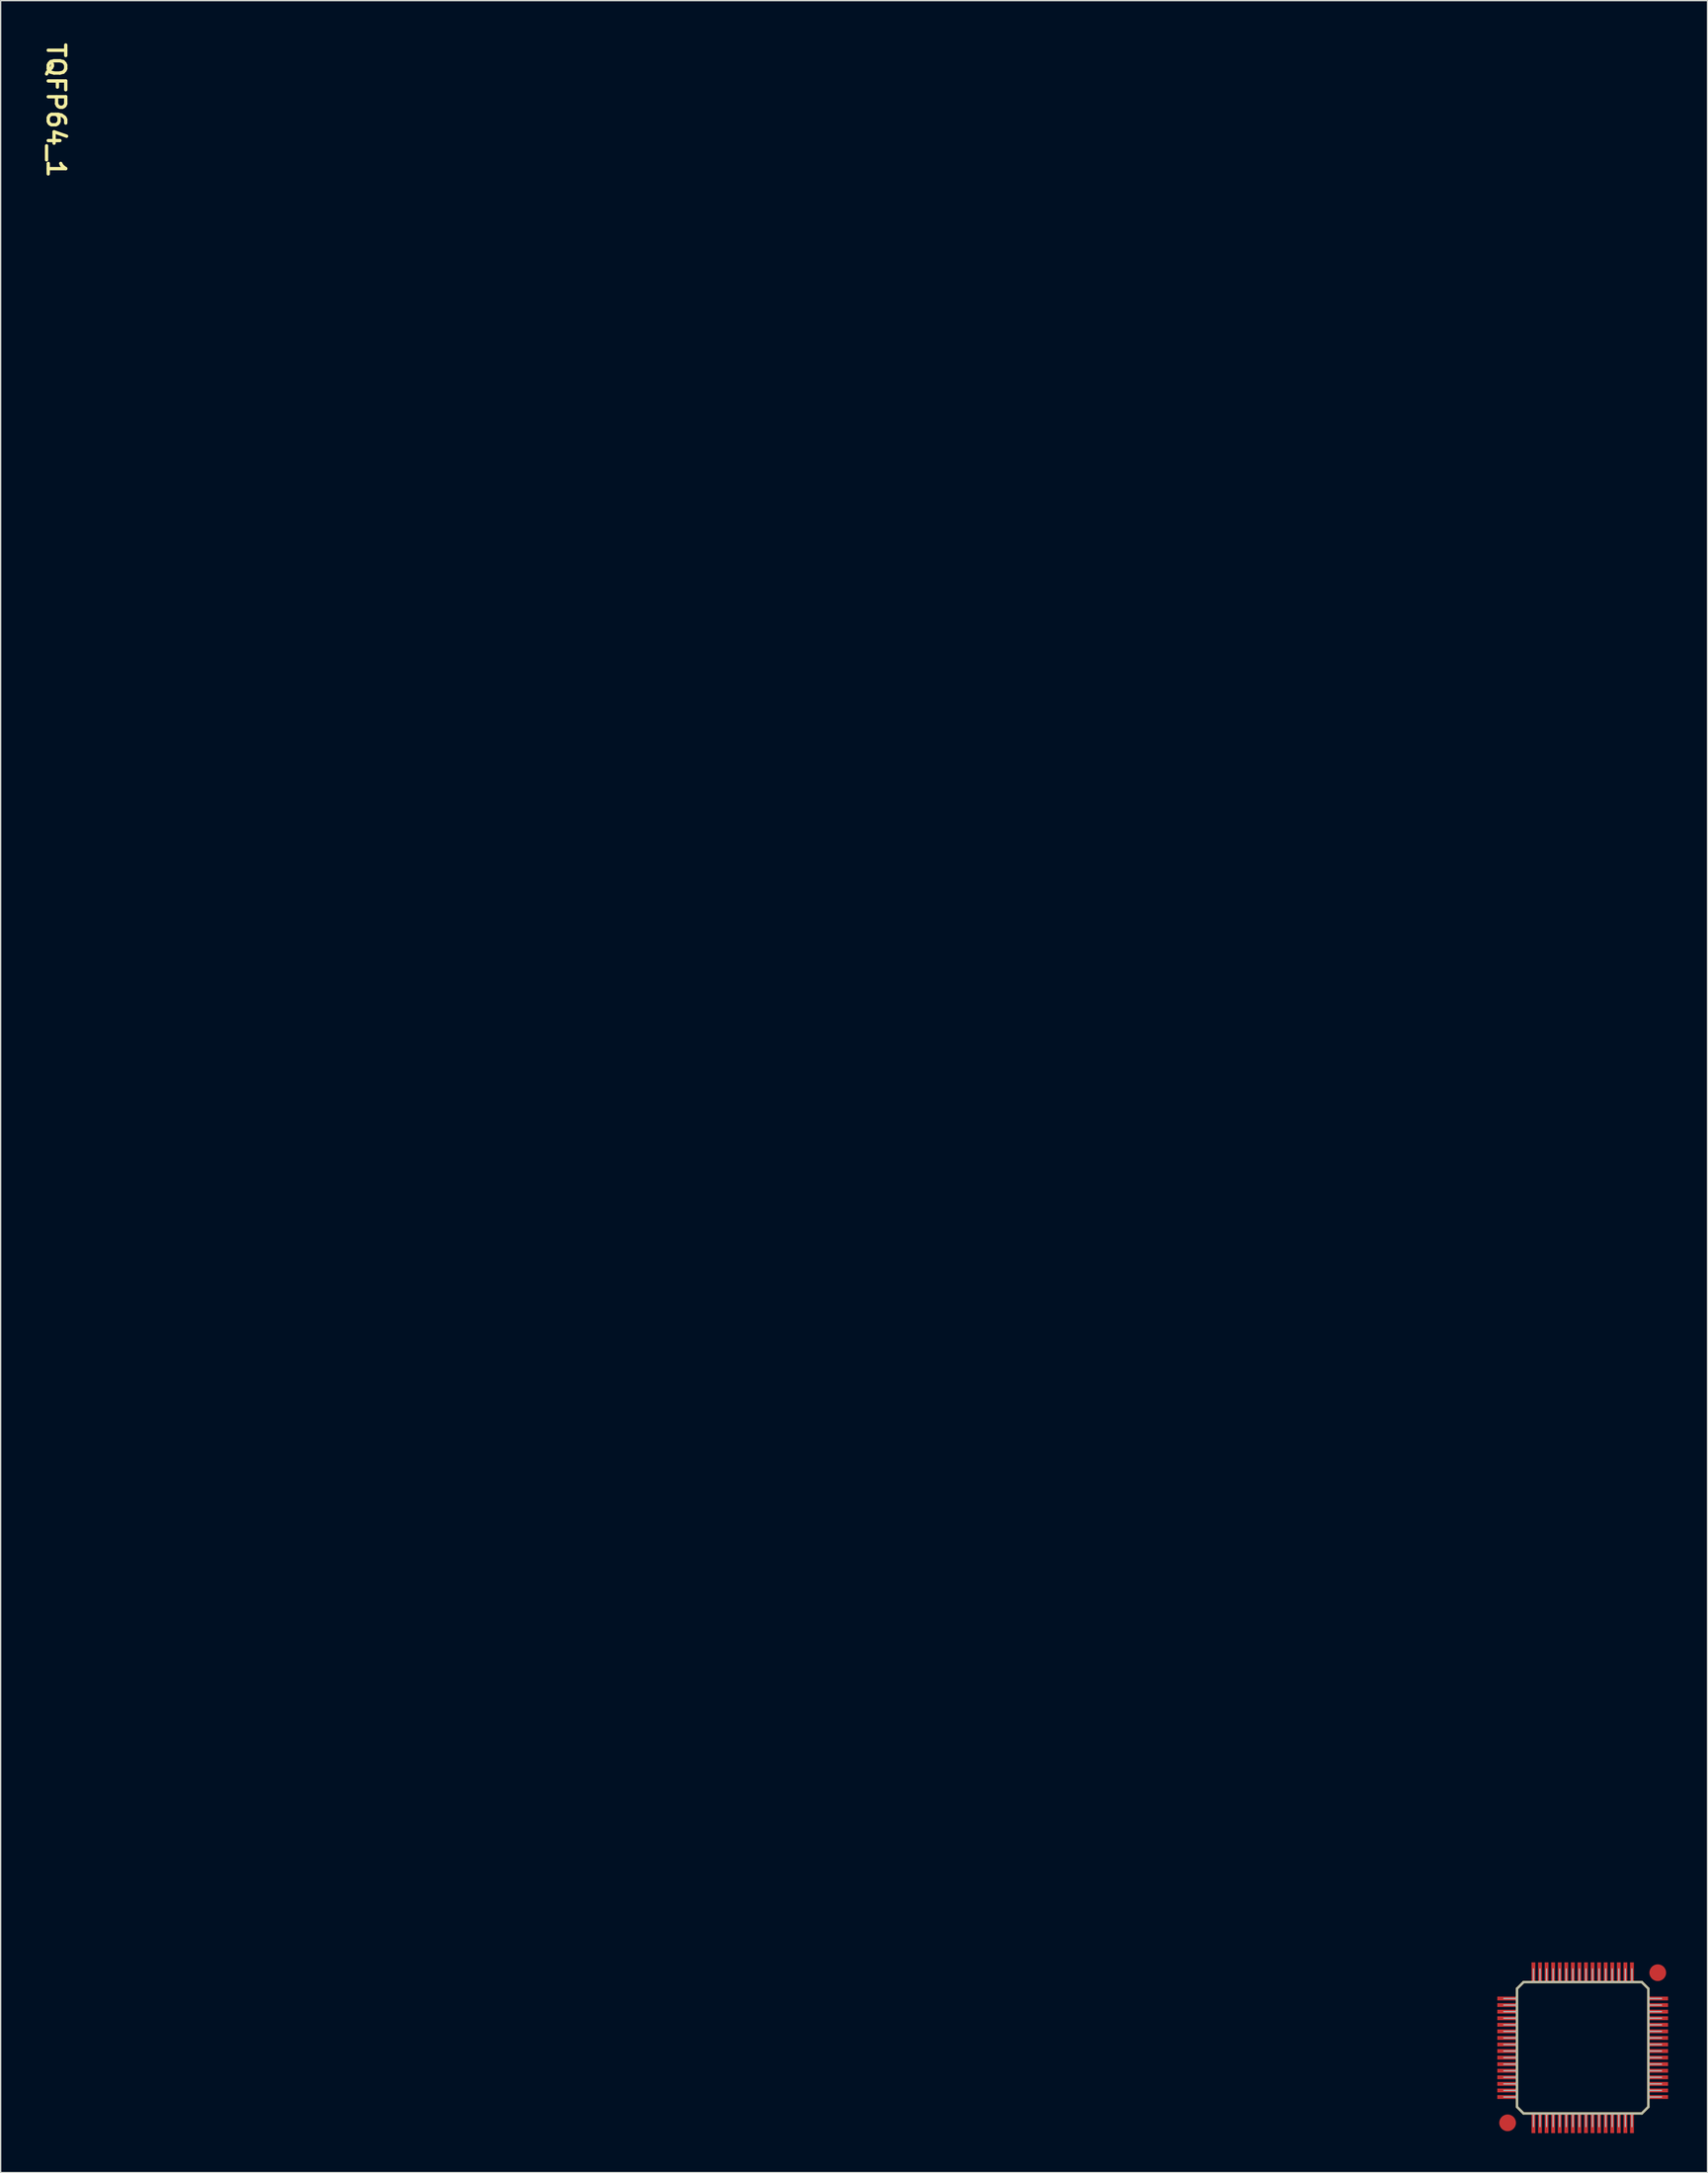
<source format=kicad_pcb>
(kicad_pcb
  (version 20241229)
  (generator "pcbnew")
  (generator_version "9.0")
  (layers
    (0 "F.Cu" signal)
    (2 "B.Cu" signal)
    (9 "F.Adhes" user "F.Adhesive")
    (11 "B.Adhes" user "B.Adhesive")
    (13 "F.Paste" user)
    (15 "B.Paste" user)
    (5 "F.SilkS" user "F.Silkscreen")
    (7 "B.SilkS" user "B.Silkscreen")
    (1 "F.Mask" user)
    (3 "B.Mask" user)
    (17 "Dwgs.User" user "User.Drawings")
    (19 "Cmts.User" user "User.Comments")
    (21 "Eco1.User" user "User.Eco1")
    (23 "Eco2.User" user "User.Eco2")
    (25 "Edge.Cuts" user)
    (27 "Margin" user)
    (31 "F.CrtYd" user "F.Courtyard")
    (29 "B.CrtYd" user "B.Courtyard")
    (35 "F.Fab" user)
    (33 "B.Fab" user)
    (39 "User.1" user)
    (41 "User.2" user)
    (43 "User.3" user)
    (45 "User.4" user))
  (footprint "TQFP64_1"
    (layer "F.Cu")
    (at 117.433 152.85)
    (property "Reference" "TQFP64_1" (at -116.207 -147.501 270) (unlocked yes) (layer "F.SilkS") (effects (font (size 1.333 1.402) (thickness 0.254))))
    (attr smd)
    (fp_line (start -5 -4.5) (end -4.5 -5) (stroke (width 0.18) (type solid)) (layer "F.SilkS"))
    (fp_line (start -5 4.5) (end -5 -4.5) (stroke (width 0.18) (type solid)) (layer "F.SilkS"))
    (fp_line (start -5 4.5) (end -4.5 5) (stroke (width 0.18) (type solid)) (layer "F.SilkS"))
    (fp_line (start -4.5 -5) (end 4.5 -5) (stroke (width 0.18) (type solid)) (layer "F.SilkS"))
    (fp_line (start -4.5 5) (end 4.5 5) (stroke (width 0.18) (type solid)) (layer "F.SilkS"))
    (fp_line (start 4.5 -5) (end 5 -4.5) (stroke (width 0.18) (type solid)) (layer "F.SilkS"))
    (fp_line (start 4.5 5) (end 5 4.5) (stroke (width 0.18) (type solid)) (layer "F.SilkS"))
    (fp_line (start 5 4.5) (end 5 -4.5) (stroke (width 0.18) (type solid)) (layer "F.SilkS"))
    (fp_line (start -6 -3.75) (end -5 -3.75) (stroke (width 0.1) (type solid)) (layer "F.Fab"))
    (fp_line (start -6 -3.25) (end -5 -3.25) (stroke (width 0.1) (type solid)) (layer "F.Fab"))
    (fp_line (start -6 -2.75) (end -5 -2.75) (stroke (width 0.1) (type solid)) (layer "F.Fab"))
    (fp_line (start -6 -2.25) (end -5 -2.25) (stroke (width 0.1) (type solid)) (layer "F.Fab"))
    (fp_line (start -6 -1.75) (end -5 -1.75) (stroke (width 0.1) (type solid)) (layer "F.Fab"))
    (fp_line (start -6 -1.25) (end -5 -1.25) (stroke (width 0.1) (type solid)) (layer "F.Fab"))
    (fp_line (start -6 -0.75) (end -5 -0.75) (stroke (width 0.1) (type solid)) (layer "F.Fab"))
    (fp_line (start -6 -0.25) (end -5 -0.25) (stroke (width 0.1) (type solid)) (layer "F.Fab"))
    (fp_line (start -6 0.25) (end -5 0.25) (stroke (width 0.1) (type solid)) (layer "F.Fab"))
    (fp_line (start -6 0.75) (end -5 0.75) (stroke (width 0.1) (type solid)) (layer "F.Fab"))
    (fp_line (start -6 1.25) (end -5 1.25) (stroke (width 0.1) (type solid)) (layer "F.Fab"))
    (fp_line (start -6 1.75) (end -5 1.75) (stroke (width 0.1) (type solid)) (layer "F.Fab"))
    (fp_line (start -6 2.25) (end -5 2.25) (stroke (width 0.1) (type solid)) (layer "F.Fab"))
    (fp_line (start -6 2.75) (end -5 2.75) (stroke (width 0.1) (type solid)) (layer "F.Fab"))
    (fp_line (start -6 3.25) (end -5 3.25) (stroke (width 0.1) (type solid)) (layer "F.Fab"))
    (fp_line (start -6 3.75) (end -5 3.75) (stroke (width 0.1) (type solid)) (layer "F.Fab"))
    (fp_line (start -5 -4.5) (end -4.5 -5) (stroke (width 0.1) (type solid)) (layer "F.Fab"))
    (fp_line (start -5 4.5) (end -5 -4.5) (stroke (width 0.1) (type solid)) (layer "F.Fab"))
    (fp_line (start -5 4.5) (end -4.5 5) (stroke (width 0.1) (type solid)) (layer "F.Fab"))
    (fp_line (start -4.5 -5) (end 4.5 -5) (stroke (width 0.1) (type solid)) (layer "F.Fab"))
    (fp_line (start -4.5 5) (end 4.5 5) (stroke (width 0.1) (type solid)) (layer "F.Fab"))
    (fp_line (start -3.75 -5) (end -3.75 -6) (stroke (width 0.1) (type solid)) (layer "F.Fab"))
    (fp_line (start -3.75 6) (end -3.75 5) (stroke (width 0.1) (type solid)) (layer "F.Fab"))
    (fp_line (start -3.25 -5) (end -3.25 -6) (stroke (width 0.1) (type solid)) (layer "F.Fab"))
    (fp_line (start -3.25 6) (end -3.25 5) (stroke (width 0.1) (type solid)) (layer "F.Fab"))
    (fp_line (start -2.75 -5) (end -2.75 -6) (stroke (width 0.1) (type solid)) (layer "F.Fab"))
    (fp_line (start -2.75 6) (end -2.75 5) (stroke (width 0.1) (type solid)) (layer "F.Fab"))
    (fp_line (start -2.25 -5) (end -2.25 -6) (stroke (width 0.1) (type solid)) (layer "F.Fab"))
    (fp_line (start -2.25 6) (end -2.25 5) (stroke (width 0.1) (type solid)) (layer "F.Fab"))
    (fp_line (start -1.75 -5) (end -1.75 -6) (stroke (width 0.1) (type solid)) (layer "F.Fab"))
    (fp_line (start -1.75 6) (end -1.75 5) (stroke (width 0.1) (type solid)) (layer "F.Fab"))
    (fp_line (start -1.25 -5) (end -1.25 -6) (stroke (width 0.1) (type solid)) (layer "F.Fab"))
    (fp_line (start -1.25 6) (end -1.25 5) (stroke (width 0.1) (type solid)) (layer "F.Fab"))
    (fp_line (start -0.75 -5) (end -0.75 -6) (stroke (width 0.1) (type solid)) (layer "F.Fab"))
    (fp_line (start -0.75 6) (end -0.75 5) (stroke (width 0.1) (type solid)) (layer "F.Fab"))
    (fp_line (start -0.25 -5) (end -0.25 -6) (stroke (width 0.1) (type solid)) (layer "F.Fab"))
    (fp_line (start -0.25 6) (end -0.25 5) (stroke (width 0.1) (type solid)) (layer "F.Fab"))
    (fp_line (start 0.25 -5) (end 0.25 -6) (stroke (width 0.1) (type solid)) (layer "F.Fab"))
    (fp_line (start 0.25 6) (end 0.25 5) (stroke (width 0.1) (type solid)) (layer "F.Fab"))
    (fp_line (start 0.75 -5) (end 0.75 -6) (stroke (width 0.1) (type solid)) (layer "F.Fab"))
    (fp_line (start 0.75 6) (end 0.75 5) (stroke (width 0.1) (type solid)) (layer "F.Fab"))
    (fp_line (start 1.25 -5) (end 1.25 -6) (stroke (width 0.1) (type solid)) (layer "F.Fab"))
    (fp_line (start 1.25 6) (end 1.25 5) (stroke (width 0.1) (type solid)) (layer "F.Fab"))
    (fp_line (start 1.75 -5) (end 1.75 -6) (stroke (width 0.1) (type solid)) (layer "F.Fab"))
    (fp_line (start 1.75 6) (end 1.75 5) (stroke (width 0.1) (type solid)) (layer "F.Fab"))
    (fp_line (start 2.25 -5) (end 2.25 -6) (stroke (width 0.1) (type solid)) (layer "F.Fab"))
    (fp_line (start 2.25 6) (end 2.25 5) (stroke (width 0.1) (type solid)) (layer "F.Fab"))
    (fp_line (start 2.75 -5) (end 2.75 -6) (stroke (width 0.1) (type solid)) (layer "F.Fab"))
    (fp_line (start 2.75 6) (end 2.75 5) (stroke (width 0.1) (type solid)) (layer "F.Fab"))
    (fp_line (start 3.25 -5) (end 3.25 -6) (stroke (width 0.1) (type solid)) (layer "F.Fab"))
    (fp_line (start 3.25 6) (end 3.25 5) (stroke (width 0.1) (type solid)) (layer "F.Fab"))
    (fp_line (start 3.75 -5) (end 3.75 -6) (stroke (width 0.1) (type solid)) (layer "F.Fab"))
    (fp_line (start 3.75 6) (end 3.75 5) (stroke (width 0.1) (type solid)) (layer "F.Fab"))
    (fp_line (start 4.5 -5) (end 5 -4.5) (stroke (width 0.1) (type solid)) (layer "F.Fab"))
    (fp_line (start 4.5 5) (end 5 4.5) (stroke (width 0.1) (type solid)) (layer "F.Fab"))
    (fp_line (start 5 -3.75) (end 6 -3.75) (stroke (width 0.1) (type solid)) (layer "F.Fab"))
    (fp_line (start 5 -3.25) (end 6 -3.25) (stroke (width 0.1) (type solid)) (layer "F.Fab"))
    (fp_line (start 5 -2.75) (end 6 -2.75) (stroke (width 0.1) (type solid)) (layer "F.Fab"))
    (fp_line (start 5 -2.25) (end 6 -2.25) (stroke (width 0.1) (type solid)) (layer "F.Fab"))
    (fp_line (start 5 -1.75) (end 6 -1.75) (stroke (width 0.1) (type solid)) (layer "F.Fab"))
    (fp_line (start 5 -1.25) (end 6 -1.25) (stroke (width 0.1) (type solid)) (layer "F.Fab"))
    (fp_line (start 5 -0.75) (end 6 -0.75) (stroke (width 0.1) (type solid)) (layer "F.Fab"))
    (fp_line (start 5 -0.25) (end 6 -0.25) (stroke (width 0.1) (type solid)) (layer "F.Fab"))
    (fp_line (start 5 0.25) (end 6 0.25) (stroke (width 0.1) (type solid)) (layer "F.Fab"))
    (fp_line (start 5 0.75) (end 6 0.75) (stroke (width 0.1) (type solid)) (layer "F.Fab"))
    (fp_line (start 5 1.25) (end 6 1.25) (stroke (width 0.1) (type solid)) (layer "F.Fab"))
    (fp_line (start 5 1.75) (end 6 1.75) (stroke (width 0.1) (type solid)) (layer "F.Fab"))
    (fp_line (start 5 2.25) (end 6 2.25) (stroke (width 0.1) (type solid)) (layer "F.Fab"))
    (fp_line (start 5 2.75) (end 6 2.75) (stroke (width 0.1) (type solid)) (layer "F.Fab"))
    (fp_line (start 5 3.25) (end 6 3.25) (stroke (width 0.1) (type solid)) (layer "F.Fab"))
    (fp_line (start 5 3.75) (end 6 3.75) (stroke (width 0.1) (type solid)) (layer "F.Fab"))
    (fp_line (start 5 4.5) (end 5 -4.5) (stroke (width 0.1) (type solid)) (layer "F.Fab"))
    (fp_circle (center -4 -4) (end -3.6 -4) (stroke (width 0.00003) (type solid)) (fill no) (layer "F.Fab"))
    (pad "" smd circle (at -5.715 5.715) (size 1.27 1.27) (layers "F.Cu" "F.Mask" "F.Paste"))
    (pad "" smd circle (at 5.715 -5.715) (size 1.27 1.27) (layers "F.Cu" "F.Mask" "F.Paste"))
    (pad "1" smd rect (at -5.75 -3.75 90) (size 0.29 1.5) (layers "F.Cu" "F.Mask" "F.Paste"))
    (pad "2" smd rect (at -5.75 -3.25 90) (size 0.29 1.5) (layers "F.Cu" "F.Mask" "F.Paste"))
    (pad "3" smd rect (at -5.75 -2.75 90) (size 0.29 1.5) (layers "F.Cu" "F.Mask" "F.Paste"))
    (pad "4" smd rect (at -5.75 -2.25 90) (size 0.29 1.5) (layers "F.Cu" "F.Mask" "F.Paste"))
    (pad "5" smd rect (at -5.75 -1.75 90) (size 0.29 1.5) (layers "F.Cu" "F.Mask" "F.Paste"))
    (pad "6" smd rect (at -5.75 -1.25 90) (size 0.29 1.5) (layers "F.Cu" "F.Mask" "F.Paste"))
    (pad "7" smd rect (at -5.75 -0.75 90) (size 0.29 1.5) (layers "F.Cu" "F.Mask" "F.Paste"))
    (pad "8" smd rect (at -5.75 -0.25 90) (size 0.29 1.5) (layers "F.Cu" "F.Mask" "F.Paste"))
    (pad "9" smd rect (at -5.75 0.25 90) (size 0.29 1.5) (layers "F.Cu" "F.Mask" "F.Paste"))
    (pad "10" smd rect (at -5.75 0.75 90) (size 0.29 1.5) (layers "F.Cu" "F.Mask" "F.Paste"))
    (pad "11" smd rect (at -5.75 1.25 90) (size 0.29 1.5) (layers "F.Cu" "F.Mask" "F.Paste"))
    (pad "12" smd rect (at -5.75 1.75 90) (size 0.29 1.5) (layers "F.Cu" "F.Mask" "F.Paste"))
    (pad "13" smd rect (at -5.75 2.25 90) (size 0.29 1.5) (layers "F.Cu" "F.Mask" "F.Paste"))
    (pad "14" smd rect (at -5.75 2.75 90) (size 0.29 1.5) (layers "F.Cu" "F.Mask" "F.Paste"))
    (pad "15" smd rect (at -5.75 3.25 90) (size 0.29 1.5) (layers "F.Cu" "F.Mask" "F.Paste"))
    (pad "16" smd rect (at -5.75 3.75 90) (size 0.29 1.5) (layers "F.Cu" "F.Mask" "F.Paste"))
    (pad "17" smd rect (at -3.75 5.75) (size 0.29 1.5) (layers "F.Cu" "F.Mask" "F.Paste"))
    (pad "18" smd rect (at -3.25 5.75) (size 0.29 1.5) (layers "F.Cu" "F.Mask" "F.Paste"))
    (pad "19" smd rect (at -2.75 5.75) (size 0.29 1.5) (layers "F.Cu" "F.Mask" "F.Paste"))
    (pad "20" smd rect (at -2.25 5.75) (size 0.29 1.5) (layers "F.Cu" "F.Mask" "F.Paste"))
    (pad "21" smd rect (at -1.75 5.75) (size 0.29 1.5) (layers "F.Cu" "F.Mask" "F.Paste"))
    (pad "22" smd rect (at -1.25 5.75) (size 0.29 1.5) (layers "F.Cu" "F.Mask" "F.Paste"))
    (pad "23" smd rect (at -0.75 5.75) (size 0.29 1.5) (layers "F.Cu" "F.Mask" "F.Paste"))
    (pad "24" smd rect (at -0.25 5.75) (size 0.29 1.5) (layers "F.Cu" "F.Mask" "F.Paste"))
    (pad "25" smd rect (at 0.25 5.75) (size 0.29 1.5) (layers "F.Cu" "F.Mask" "F.Paste"))
    (pad "26" smd rect (at 0.75 5.75) (size 0.29 1.5) (layers "F.Cu" "F.Mask" "F.Paste"))
    (pad "27" smd rect (at 1.25 5.75) (size 0.29 1.5) (layers "F.Cu" "F.Mask" "F.Paste"))
    (pad "28" smd rect (at 1.75 5.75) (size 0.29 1.5) (layers "F.Cu" "F.Mask" "F.Paste"))
    (pad "29" smd rect (at 2.25 5.75) (size 0.29 1.5) (layers "F.Cu" "F.Mask" "F.Paste"))
    (pad "30" smd rect (at 2.75 5.75) (size 0.29 1.5) (layers "F.Cu" "F.Mask" "F.Paste"))
    (pad "31" smd rect (at 3.25 5.75) (size 0.29 1.5) (layers "F.Cu" "F.Mask" "F.Paste"))
    (pad "32" smd rect (at 3.75 5.75) (size 0.29 1.5) (layers "F.Cu" "F.Mask" "F.Paste"))
    (pad "33" smd rect (at 5.75 3.75 90) (size 0.29 1.5) (layers "F.Cu" "F.Mask" "F.Paste"))
    (pad "34" smd rect (at 5.75 3.25 90) (size 0.29 1.5) (layers "F.Cu" "F.Mask" "F.Paste"))
    (pad "35" smd rect (at 5.75 2.75 90) (size 0.29 1.5) (layers "F.Cu" "F.Mask" "F.Paste"))
    (pad "36" smd rect (at 5.75 2.25 90) (size 0.29 1.5) (layers "F.Cu" "F.Mask" "F.Paste"))
    (pad "37" smd rect (at 5.75 1.75 90) (size 0.29 1.5) (layers "F.Cu" "F.Mask" "F.Paste"))
    (pad "38" smd rect (at 5.75 1.25 90) (size 0.29 1.5) (layers "F.Cu" "F.Mask" "F.Paste"))
    (pad "39" smd rect (at 5.75 0.75 90) (size 0.29 1.5) (layers "F.Cu" "F.Mask" "F.Paste"))
    (pad "40" smd rect (at 5.75 0.25 90) (size 0.29 1.5) (layers "F.Cu" "F.Mask" "F.Paste"))
    (pad "41" smd rect (at 5.75 -0.25 90) (size 0.29 1.5) (layers "F.Cu" "F.Mask" "F.Paste"))
    (pad "42" smd rect (at 5.75 -0.75 90) (size 0.29 1.5) (layers "F.Cu" "F.Mask" "F.Paste"))
    (pad "43" smd rect (at 5.75 -1.25 90) (size 0.29 1.5) (layers "F.Cu" "F.Mask" "F.Paste"))
    (pad "44" smd rect (at 5.75 -1.75 90) (size 0.29 1.5) (layers "F.Cu" "F.Mask" "F.Paste"))
    (pad "45" smd rect (at 5.75 -2.25 90) (size 0.29 1.5) (layers "F.Cu" "F.Mask" "F.Paste"))
    (pad "46" smd rect (at 5.75 -2.75 90) (size 0.29 1.5) (layers "F.Cu" "F.Mask" "F.Paste"))
    (pad "47" smd rect (at 5.75 -3.25 90) (size 0.29 1.5) (layers "F.Cu" "F.Mask" "F.Paste"))
    (pad "48" smd rect (at 5.75 -3.75 90) (size 0.29 1.5) (layers "F.Cu" "F.Mask" "F.Paste"))
    (pad "49" smd rect (at 3.75 -5.75) (size 0.29 1.5) (layers "F.Cu" "F.Mask" "F.Paste"))
    (pad "50" smd rect (at 3.25 -5.75) (size 0.29 1.5) (layers "F.Cu" "F.Mask" "F.Paste"))
    (pad "51" smd rect (at 2.75 -5.75) (size 0.29 1.5) (layers "F.Cu" "F.Mask" "F.Paste"))
    (pad "52" smd rect (at 2.25 -5.75) (size 0.29 1.5) (layers "F.Cu" "F.Mask" "F.Paste"))
    (pad "53" smd rect (at 1.75 -5.75) (size 0.29 1.5) (layers "F.Cu" "F.Mask" "F.Paste"))
    (pad "54" smd rect (at 1.25 -5.75) (size 0.29 1.5) (layers "F.Cu" "F.Mask" "F.Paste"))
    (pad "55" smd rect (at 0.75 -5.75) (size 0.29 1.5) (layers "F.Cu" "F.Mask" "F.Paste"))
    (pad "56" smd rect (at 0.25 -5.75) (size 0.29 1.5) (layers "F.Cu" "F.Mask" "F.Paste"))
    (pad "57" smd rect (at -0.25 -5.75) (size 0.29 1.5) (layers "F.Cu" "F.Mask" "F.Paste"))
    (pad "58" smd rect (at -0.75 -5.75) (size 0.29 1.5) (layers "F.Cu" "F.Mask" "F.Paste"))
    (pad "59" smd rect (at -1.25 -5.75) (size 0.29 1.5) (layers "F.Cu" "F.Mask" "F.Paste"))
    (pad "60" smd rect (at -1.75 -5.75) (size 0.29 1.5) (layers "F.Cu" "F.Mask" "F.Paste"))
    (pad "61" smd rect (at -2.25 -5.75) (size 0.29 1.5) (layers "F.Cu" "F.Mask" "F.Paste"))
    (pad "62" smd rect (at -2.75 -5.75) (size 0.29 1.5) (layers "F.Cu" "F.Mask" "F.Paste"))
    (pad "63" smd rect (at -3.25 -5.75) (size 0.29 1.5) (layers "F.Cu" "F.Mask" "F.Paste"))
    (pad "64" smd rect (at -3.75 -5.75) (size 0.29 1.5) (layers "F.Cu" "F.Mask" "F.Paste")))
  (gr_rect
    (start -3 -3)
    (end 126.933 162.35)
    (stroke (width 0.1) (type default))
    (fill no)
    (layer "Edge.Cuts")))
</source>
